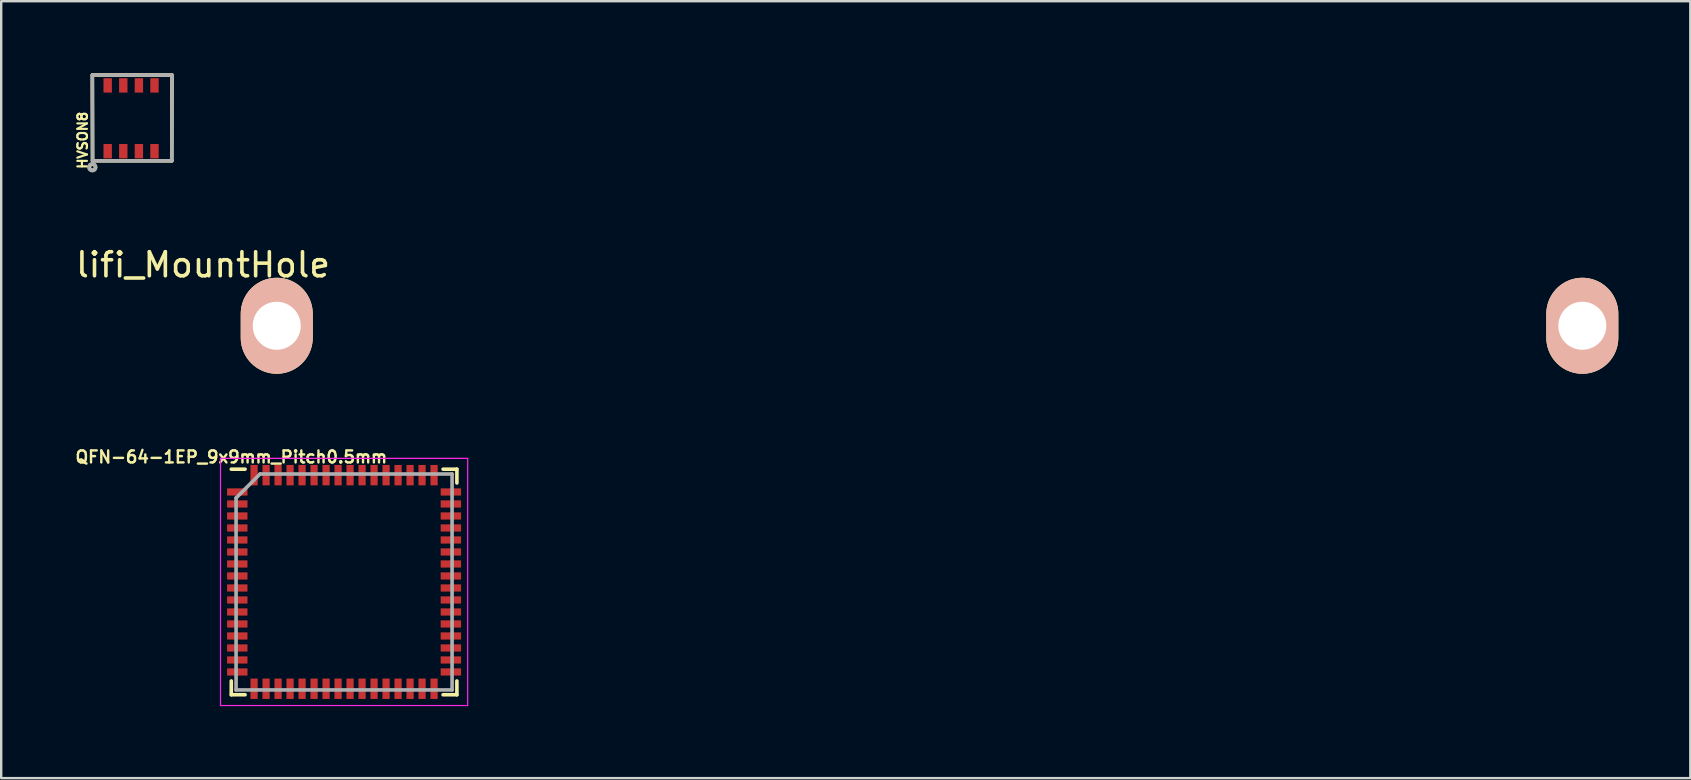
<source format=kicad_pcb>
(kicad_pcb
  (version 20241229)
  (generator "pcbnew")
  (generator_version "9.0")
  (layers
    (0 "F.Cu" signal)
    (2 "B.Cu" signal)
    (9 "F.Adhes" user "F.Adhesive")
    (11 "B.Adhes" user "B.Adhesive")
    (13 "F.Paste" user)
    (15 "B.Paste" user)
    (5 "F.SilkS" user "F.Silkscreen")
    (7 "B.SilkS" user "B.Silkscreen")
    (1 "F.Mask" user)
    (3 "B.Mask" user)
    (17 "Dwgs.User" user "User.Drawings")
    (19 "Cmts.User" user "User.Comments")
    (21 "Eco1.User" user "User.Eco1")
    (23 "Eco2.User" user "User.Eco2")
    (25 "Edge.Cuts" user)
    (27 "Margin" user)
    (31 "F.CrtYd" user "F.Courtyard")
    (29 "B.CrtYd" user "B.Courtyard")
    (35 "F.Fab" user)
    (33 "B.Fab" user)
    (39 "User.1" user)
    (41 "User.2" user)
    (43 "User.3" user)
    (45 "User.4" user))
  (footprint "QFN-64-1EP_9x9mm_Pitch0.5mm"
    (layer "F.Cu")
    (at 11.287 21.199)
    (property "Reference" "QFN-64-1EP_9x9mm_Pitch0.5mm" (at -4.699 -5.207 0) (layer "F.SilkS") (effects (font (size 0.5 0.5) (thickness 0.1))))
    (attr smd)
    (fp_line (start -4.7 -4.7) (end -4.125 -4.7) (stroke (width 0.15) (type solid)) (layer "F.SilkS"))
    (fp_line (start -4.7 4.7) (end -4.7 4.125) (stroke (width 0.15) (type solid)) (layer "F.SilkS"))
    (fp_line (start -4.7 4.7) (end -4.125 4.7) (stroke (width 0.15) (type solid)) (layer "F.SilkS"))
    (fp_line (start 4.7 -4.7) (end 4.125 -4.7) (stroke (width 0.15) (type solid)) (layer "F.SilkS"))
    (fp_line (start 4.7 -4.7) (end 4.7 -4.125) (stroke (width 0.15) (type solid)) (layer "F.SilkS"))
    (fp_line (start 4.7 4.7) (end 4.125 4.7) (stroke (width 0.15) (type solid)) (layer "F.SilkS"))
    (fp_line (start 4.7 4.7) (end 4.7 4.125) (stroke (width 0.15) (type solid)) (layer "F.SilkS"))
    (fp_line (start -5.15 -5.15) (end -5.15 5.15) (stroke (width 0.05) (type solid)) (layer "F.CrtYd"))
    (fp_line (start -5.15 -5.15) (end 5.15 -5.15) (stroke (width 0.05) (type solid)) (layer "F.CrtYd"))
    (fp_line (start -5.15 5.15) (end 5.15 5.15) (stroke (width 0.05) (type solid)) (layer "F.CrtYd"))
    (fp_line (start 5.15 -5.15) (end 5.15 5.15) (stroke (width 0.05) (type solid)) (layer "F.CrtYd"))
    (fp_line (start -4.5 -3.5) (end -3.5 -4.5) (stroke (width 0.15) (type solid)) (layer "F.Fab"))
    (fp_line (start -4.5 4.5) (end -4.5 -3.5) (stroke (width 0.15) (type solid)) (layer "F.Fab"))
    (fp_line (start -3.5 -4.5) (end 4.5 -4.5) (stroke (width 0.15) (type solid)) (layer "F.Fab"))
    (fp_line (start 4.5 -4.5) (end 4.5 4.5) (stroke (width 0.15) (type solid)) (layer "F.Fab"))
    (fp_line (start 4.5 4.5) (end -4.5 4.5) (stroke (width 0.15) (type solid)) (layer "F.Fab"))
    (pad "1" smd rect (at -4.45 -3.75) (size 0.85 0.3) (layers "F.Cu" "F.Mask" "F.Paste"))
    (pad "2" smd rect (at -4.45 -3.25) (size 0.85 0.3) (layers "F.Cu" "F.Mask" "F.Paste"))
    (pad "3" smd rect (at -4.45 -2.75) (size 0.85 0.3) (layers "F.Cu" "F.Mask" "F.Paste"))
    (pad "4" smd rect (at -4.45 -2.25) (size 0.85 0.3) (layers "F.Cu" "F.Mask" "F.Paste"))
    (pad "5" smd rect (at -4.45 -1.75) (size 0.85 0.3) (layers "F.Cu" "F.Mask" "F.Paste"))
    (pad "6" smd rect (at -4.45 -1.25) (size 0.85 0.3) (layers "F.Cu" "F.Mask" "F.Paste"))
    (pad "7" smd rect (at -4.45 -0.75) (size 0.85 0.3) (layers "F.Cu" "F.Mask" "F.Paste"))
    (pad "8" smd rect (at -4.45 -0.25) (size 0.85 0.3) (layers "F.Cu" "F.Mask" "F.Paste"))
    (pad "9" smd rect (at -4.45 0.25) (size 0.85 0.3) (layers "F.Cu" "F.Mask" "F.Paste"))
    (pad "10" smd rect (at -4.45 0.75) (size 0.85 0.3) (layers "F.Cu" "F.Mask" "F.Paste"))
    (pad "11" smd rect (at -4.45 1.25) (size 0.85 0.3) (layers "F.Cu" "F.Mask" "F.Paste"))
    (pad "12" smd rect (at -4.45 1.75) (size 0.85 0.3) (layers "F.Cu" "F.Mask" "F.Paste"))
    (pad "13" smd rect (at -4.45 2.25) (size 0.85 0.3) (layers "F.Cu" "F.Mask" "F.Paste"))
    (pad "14" smd rect (at -4.45 2.75) (size 0.85 0.3) (layers "F.Cu" "F.Mask" "F.Paste"))
    (pad "15" smd rect (at -4.45 3.25) (size 0.85 0.3) (layers "F.Cu" "F.Mask" "F.Paste"))
    (pad "16" smd rect (at -4.45 3.75) (size 0.85 0.3) (layers "F.Cu" "F.Mask" "F.Paste"))
    (pad "17" smd rect (at -3.75 4.45 90) (size 0.85 0.3) (layers "F.Cu" "F.Mask" "F.Paste"))
    (pad "18" smd rect (at -3.25 4.45 90) (size 0.85 0.3) (layers "F.Cu" "F.Mask" "F.Paste"))
    (pad "19" smd rect (at -2.75 4.45 90) (size 0.85 0.3) (layers "F.Cu" "F.Mask" "F.Paste"))
    (pad "20" smd rect (at -2.25 4.45 90) (size 0.85 0.3) (layers "F.Cu" "F.Mask" "F.Paste"))
    (pad "21" smd rect (at -1.75 4.45 90) (size 0.85 0.3) (layers "F.Cu" "F.Mask" "F.Paste"))
    (pad "22" smd rect (at -1.25 4.45 90) (size 0.85 0.3) (layers "F.Cu" "F.Mask" "F.Paste"))
    (pad "23" smd rect (at -0.75 4.45 90) (size 0.85 0.3) (layers "F.Cu" "F.Mask" "F.Paste"))
    (pad "24" smd rect (at -0.25 4.45 90) (size 0.85 0.3) (layers "F.Cu" "F.Mask" "F.Paste"))
    (pad "25" smd rect (at 0.25 4.45 90) (size 0.85 0.3) (layers "F.Cu" "F.Mask" "F.Paste"))
    (pad "26" smd rect (at 0.75 4.45 90) (size 0.85 0.3) (layers "F.Cu" "F.Mask" "F.Paste"))
    (pad "27" smd rect (at 1.25 4.45 90) (size 0.85 0.3) (layers "F.Cu" "F.Mask" "F.Paste"))
    (pad "28" smd rect (at 1.75 4.45 90) (size 0.85 0.3) (layers "F.Cu" "F.Mask" "F.Paste"))
    (pad "29" smd rect (at 2.25 4.45 90) (size 0.85 0.3) (layers "F.Cu" "F.Mask" "F.Paste"))
    (pad "30" smd rect (at 2.75 4.45 90) (size 0.85 0.3) (layers "F.Cu" "F.Mask" "F.Paste"))
    (pad "31" smd rect (at 3.25 4.45 90) (size 0.85 0.3) (layers "F.Cu" "F.Mask" "F.Paste"))
    (pad "32" smd rect (at 3.75 4.45 90) (size 0.85 0.3) (layers "F.Cu" "F.Mask" "F.Paste"))
    (pad "33" smd rect (at 4.45 3.75) (size 0.85 0.3) (layers "F.Cu" "F.Mask" "F.Paste"))
    (pad "34" smd rect (at 4.45 3.25) (size 0.85 0.3) (layers "F.Cu" "F.Mask" "F.Paste"))
    (pad "35" smd rect (at 4.45 2.75) (size 0.85 0.3) (layers "F.Cu" "F.Mask" "F.Paste"))
    (pad "36" smd rect (at 4.45 2.25) (size 0.85 0.3) (layers "F.Cu" "F.Mask" "F.Paste"))
    (pad "37" smd rect (at 4.45 1.75) (size 0.85 0.3) (layers "F.Cu" "F.Mask" "F.Paste"))
    (pad "38" smd rect (at 4.45 1.25) (size 0.85 0.3) (layers "F.Cu" "F.Mask" "F.Paste"))
    (pad "39" smd rect (at 4.45 0.75) (size 0.85 0.3) (layers "F.Cu" "F.Mask" "F.Paste"))
    (pad "40" smd rect (at 4.45 0.25) (size 0.85 0.3) (layers "F.Cu" "F.Mask" "F.Paste"))
    (pad "41" smd rect (at 4.45 -0.25) (size 0.85 0.3) (layers "F.Cu" "F.Mask" "F.Paste"))
    (pad "42" smd rect (at 4.45 -0.75) (size 0.85 0.3) (layers "F.Cu" "F.Mask" "F.Paste"))
    (pad "43" smd rect (at 4.45 -1.25) (size 0.85 0.3) (layers "F.Cu" "F.Mask" "F.Paste"))
    (pad "44" smd rect (at 4.45 -1.75) (size 0.85 0.3) (layers "F.Cu" "F.Mask" "F.Paste"))
    (pad "45" smd rect (at 4.45 -2.25) (size 0.85 0.3) (layers "F.Cu" "F.Mask" "F.Paste"))
    (pad "46" smd rect (at 4.45 -2.75) (size 0.85 0.3) (layers "F.Cu" "F.Mask" "F.Paste"))
    (pad "47" smd rect (at 4.45 -3.25) (size 0.85 0.3) (layers "F.Cu" "F.Mask" "F.Paste"))
    (pad "48" smd rect (at 4.45 -3.75) (size 0.85 0.3) (layers "F.Cu" "F.Mask" "F.Paste"))
    (pad "49" smd rect (at 3.75 -4.45 90) (size 0.85 0.3) (layers "F.Cu" "F.Mask" "F.Paste"))
    (pad "50" smd rect (at 3.25 -4.45 90) (size 0.85 0.3) (layers "F.Cu" "F.Mask" "F.Paste"))
    (pad "51" smd rect (at 2.75 -4.45 90) (size 0.85 0.3) (layers "F.Cu" "F.Mask" "F.Paste"))
    (pad "52" smd rect (at 2.25 -4.45 90) (size 0.85 0.3) (layers "F.Cu" "F.Mask" "F.Paste"))
    (pad "53" smd rect (at 1.75 -4.45 90) (size 0.85 0.3) (layers "F.Cu" "F.Mask" "F.Paste"))
    (pad "54" smd rect (at 1.25 -4.45 90) (size 0.85 0.3) (layers "F.Cu" "F.Mask" "F.Paste"))
    (pad "55" smd rect (at 0.75 -4.45 90) (size 0.85 0.3) (layers "F.Cu" "F.Mask" "F.Paste"))
    (pad "56" smd rect (at 0.25 -4.45 90) (size 0.85 0.3) (layers "F.Cu" "F.Mask" "F.Paste"))
    (pad "57" smd rect (at -0.25 -4.45 90) (size 0.85 0.3) (layers "F.Cu" "F.Mask" "F.Paste"))
    (pad "58" smd rect (at -0.75 -4.45 90) (size 0.85 0.3) (layers "F.Cu" "F.Mask" "F.Paste"))
    (pad "59" smd rect (at -1.25 -4.45 90) (size 0.85 0.3) (layers "F.Cu" "F.Mask" "F.Paste"))
    (pad "60" smd rect (at -1.75 -4.45 90) (size 0.85 0.3) (layers "F.Cu" "F.Mask" "F.Paste"))
    (pad "61" smd rect (at -2.25 -4.45 90) (size 0.85 0.3) (layers "F.Cu" "F.Mask" "F.Paste"))
    (pad "62" smd rect (at -2.75 -4.45 90) (size 0.85 0.3) (layers "F.Cu" "F.Mask" "F.Paste"))
    (pad "63" smd rect (at -3.25 -4.45 90) (size 0.85 0.3) (layers "F.Cu" "F.Mask" "F.Paste"))
    (pad "64" smd rect (at -3.75 -4.45 90) (size 0.85 0.3) (layers "F.Cu" "F.Mask" "F.Paste")))
  (footprint "HVSON8"
    (layer "F.Cu")
    (at 1.437 0.579)
    (property "Reference" "HVSON8" (at -1.045 2.217 90) (layer "F.SilkS") (effects (font (size 0.4 0.4) (thickness 0.09))))
    (attr through_hole)
    (fp_line (start -0.635 -0.504) (end 2.667 -0.504) (stroke (width 0.15) (type solid)) (layer "F.SilkS"))
    (fp_line (start -0.63 3.07) (end -0.64 -0.5) (stroke (width 0.15) (type solid)) (layer "F.SilkS"))
    (fp_line (start 2.67 3.07) (end -0.632 3.07) (stroke (width 0.15) (type solid)) (layer "F.SilkS"))
    (fp_line (start 2.68 -0.5) (end 2.67 3.07) (stroke (width 0.15) (type solid)) (layer "F.SilkS"))
    (fp_circle (center -0.635 3.34) (end -0.508 3.34) (stroke (width 0.15) (type solid)) (fill no) (layer "F.SilkS"))
    (fp_line (start -0.63 3.07) (end -0.64 -0.5) (stroke (width 0.15) (type solid)) (layer "F.Fab"))
    (fp_line (start -0.625 -0.5) (end 2.675 -0.5) (stroke (width 0.15) (type solid)) (layer "F.Fab"))
    (fp_line (start 2.67 3.07) (end -0.605 3.07) (stroke (width 0.15) (type solid)) (layer "F.Fab"))
    (fp_line (start 2.68 -0.5) (end 2.67 3.07) (stroke (width 0.15) (type solid)) (layer "F.Fab"))
    (fp_circle (center -0.641 3.34) (end -0.541 3.44) (stroke (width 0.15) (type solid)) (fill no) (layer "F.Fab"))
    (pad "1" smd rect (at 0 2.67 90) (size 0.6 0.35) (layers "F.Cu" "F.Mask" "F.Paste"))
    (pad "2" smd rect (at 0.65 2.67 90) (size 0.6 0.35) (layers "F.Cu" "F.Mask" "F.Paste"))
    (pad "3" smd rect (at 1.3 2.67 90) (size 0.6 0.35) (layers "F.Cu" "F.Mask" "F.Paste"))
    (pad "4" smd rect (at 1.95 2.67 90) (size 0.6 0.35) (layers "F.Cu" "F.Mask" "F.Paste"))
    (pad "5" smd rect (at 1.95 -0.07 90) (size 0.6 0.35) (layers "F.Cu" "F.Mask" "F.Paste"))
    (pad "6" smd rect (at 1.3 -0.07 90) (size 0.6 0.35) (layers "F.Cu" "F.Mask" "F.Paste"))
    (pad "7" smd rect (at 0.65 -0.07 90) (size 0.6 0.35) (layers "F.Cu" "F.Mask" "F.Paste"))
    (pad "8" smd rect (at 0 -0.07 90) (size 0.6 0.35) (layers "F.Cu" "F.Mask" "F.Paste")))
  (footprint "lifi_MountHole"
    (layer "F.Cu")
    (at 6.681 10.524)
    (property "Reference" "lifi_MountHole" (at -1.27 -2.54 0) (layer "F.SilkS") (effects (font (size 1 1) (thickness 0.15))))
    (attr through_hole)
    (pad "" connect oval (at 1.8 0) (size 3 4) (layers "*.SilkS"))
    (pad "" connect oval (at 56.2 0) (size 3 4) (layers "*.SilkS"))
    (pad "1" thru_hole circle (at 1.8 0) (size 2 2) (drill 2) (layers "*.Cu" "*.Mask"))
    (pad "1" thru_hole circle (at 56.2 0) (size 2 2) (drill 2) (layers "*.Cu" "*.Mask")))
  (gr_rect
    (start -3 -3)
    (end 67.381 29.374)
    (stroke (width 0.1) (type default))
    (fill no)
    (layer "Edge.Cuts")))
</source>
